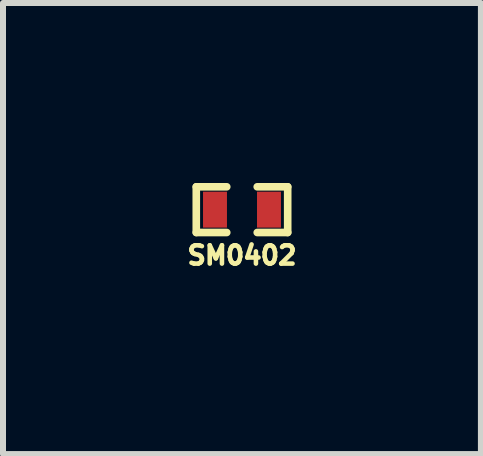
<source format=kicad_pcb>
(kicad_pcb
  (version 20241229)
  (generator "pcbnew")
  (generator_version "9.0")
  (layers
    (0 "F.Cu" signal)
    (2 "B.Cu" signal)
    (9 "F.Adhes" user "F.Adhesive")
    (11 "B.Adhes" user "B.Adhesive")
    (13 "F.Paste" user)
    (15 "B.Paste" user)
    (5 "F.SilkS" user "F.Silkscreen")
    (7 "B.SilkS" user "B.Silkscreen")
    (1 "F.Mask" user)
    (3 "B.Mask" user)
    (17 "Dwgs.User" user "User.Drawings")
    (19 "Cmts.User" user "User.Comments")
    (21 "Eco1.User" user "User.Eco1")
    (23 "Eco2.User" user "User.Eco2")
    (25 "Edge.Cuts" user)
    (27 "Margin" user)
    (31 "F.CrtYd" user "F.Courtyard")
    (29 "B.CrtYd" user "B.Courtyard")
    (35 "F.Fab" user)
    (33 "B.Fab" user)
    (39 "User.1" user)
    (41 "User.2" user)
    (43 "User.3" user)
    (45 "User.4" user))
  (footprint "SM0402"
    (layer "F.Cu")
    (at 0.984 0.445)
    (property "Reference" "SM0402" (at 0 0.762 0) (layer "F.SilkS") (effects (font (size 0.305 0.305) (thickness 0.076))))
    (attr smd)
    (fp_line (start -0.762 -0.381) (end -0.762 0.381) (stroke (width 0.127) (type solid)) (layer "F.SilkS"))
    (fp_line (start -0.762 0.381) (end -0.254 0.381) (stroke (width 0.127) (type solid)) (layer "F.SilkS"))
    (fp_line (start -0.254 -0.381) (end -0.762 -0.381) (stroke (width 0.127) (type solid)) (layer "F.SilkS"))
    (fp_line (start 0.254 -0.381) (end 0.762 -0.381) (stroke (width 0.127) (type solid)) (layer "F.SilkS"))
    (fp_line (start 0.762 -0.381) (end 0.762 0.381) (stroke (width 0.127) (type solid)) (layer "F.SilkS"))
    (fp_line (start 0.762 0.381) (end 0.254 0.381) (stroke (width 0.127) (type solid)) (layer "F.SilkS"))
    (pad "1" smd rect (at -0.45 0) (size 0.399 0.599) (layers "F.Cu" "F.Mask" "F.Paste"))
    (pad "2" smd rect (at 0.45 0) (size 0.399 0.599) (layers "F.Cu" "F.Mask" "F.Paste")))
  (gr_rect
    (start -3 -3)
    (end 4.967 4.519)
    (stroke (width 0.1) (type default))
    (fill no)
    (layer "Edge.Cuts")))
</source>
